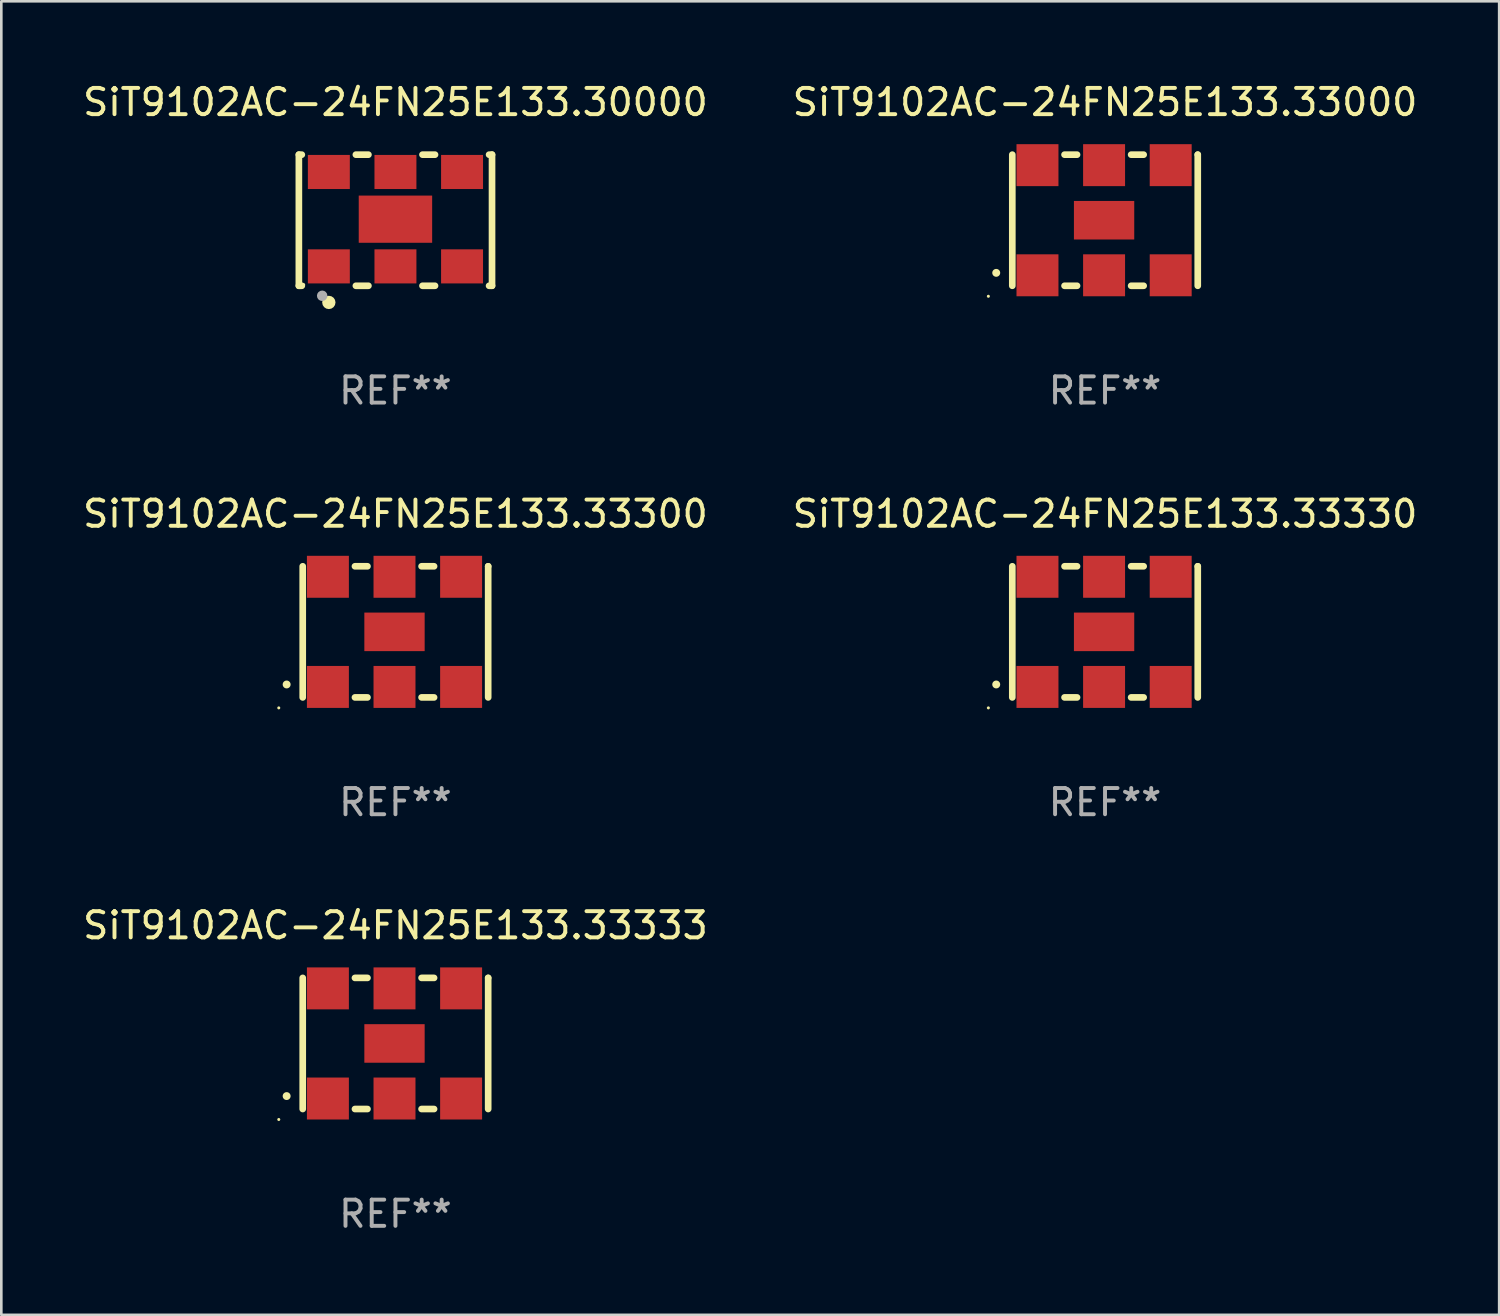
<source format=kicad_pcb>
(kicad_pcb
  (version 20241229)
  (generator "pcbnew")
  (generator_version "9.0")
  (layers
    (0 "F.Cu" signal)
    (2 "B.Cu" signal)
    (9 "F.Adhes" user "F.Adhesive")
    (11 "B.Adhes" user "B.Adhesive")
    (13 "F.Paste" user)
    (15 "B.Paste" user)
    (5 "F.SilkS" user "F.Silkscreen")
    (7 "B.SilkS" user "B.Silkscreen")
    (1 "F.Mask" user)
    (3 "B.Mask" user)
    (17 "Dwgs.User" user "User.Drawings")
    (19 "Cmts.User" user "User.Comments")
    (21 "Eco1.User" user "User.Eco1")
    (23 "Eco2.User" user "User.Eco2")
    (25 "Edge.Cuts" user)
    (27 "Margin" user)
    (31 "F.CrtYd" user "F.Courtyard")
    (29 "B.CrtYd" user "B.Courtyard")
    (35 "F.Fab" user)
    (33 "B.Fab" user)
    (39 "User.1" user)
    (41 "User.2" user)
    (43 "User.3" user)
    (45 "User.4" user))
  (footprint "SiT9102AC-24FN25E133.33000"
    (layer "F.Cu")
    (at 39.089 5.348)
    (property "Reference" "SiT9102AC-24FN25E133.33000" (at 0 -4.5 0) (layer "F.SilkS") (effects (font (size 1 1) (thickness 0.15))))
    (attr through_hole)
    (fp_line (start -3.536 -2.5) (end -3.536 2.5) (stroke (width 0.254) (type solid)) (layer "F.SilkS"))
    (fp_line (start -1.544 2.5) (end -1.067 2.5) (stroke (width 0.254) (type solid)) (layer "F.SilkS"))
    (fp_line (start -1.067 -2.5) (end -1.544 -2.5) (stroke (width 0.254) (type solid)) (layer "F.SilkS"))
    (fp_line (start 0.996 2.5) (end 1.473 2.5) (stroke (width 0.254) (type solid)) (layer "F.SilkS"))
    (fp_line (start 1.473 -2.5) (end 0.996 -2.5) (stroke (width 0.254) (type solid)) (layer "F.SilkS"))
    (fp_line (start 3.536 -2.5) (end 3.536 -2.5) (stroke (width 0.254) (type solid)) (layer "F.SilkS"))
    (fp_line (start 3.536 2.5) (end 3.536 -2.5) (stroke (width 0.254) (type solid)) (layer "F.SilkS"))
    (fp_arc (start -4.150432 2.006604) (mid -4.149162 2.006599) (end -4.147892 2.006604) (stroke (width 0.3) (type solid)) (layer "F.SilkS"))
    (fp_circle (center -4.449 2.9) (end -4.419 2.9) (stroke (width 0.06) (type solid)) (fill no) (layer "F.SilkS"))
    (fp_text user "REF**" (at 0 6.5 0) (layer "F.Fab") (effects (font (size 1 1) (thickness 0.15))))
    (pad "1" smd rect (at -2.576 2.1) (size 1.6 1.6) (layers "F.Cu" "F.Mask" "F.Paste"))
    (pad "2" smd rect (at -0.036 2.1) (size 1.6 1.6) (layers "F.Cu" "F.Mask" "F.Paste"))
    (pad "3" smd rect (at 2.504 2.1) (size 1.6 1.6) (layers "F.Cu" "F.Mask" "F.Paste"))
    (pad "4" smd rect (at 2.504 -2.1) (size 1.6 1.6) (layers "F.Cu" "F.Mask" "F.Paste"))
    (pad "5" smd rect (at -0.036 -2.1) (size 1.6 1.6) (layers "F.Cu" "F.Mask" "F.Paste"))
    (pad "6" smd rect (at -2.576 -2.1) (size 1.6 1.6) (layers "F.Cu" "F.Mask" "F.Paste"))
    (pad "7" smd rect (at -0.036 0) (size 2.3 1.47) (layers "F.Cu" "F.Mask" "F.Paste")))
  (footprint "SiT9102AC-24FN25E133.33300"
    (layer "F.Cu")
    (at 12.03 21.045)
    (property "Reference" "SiT9102AC-24FN25E133.33300" (at 0 -4.5 0) (layer "F.SilkS") (effects (font (size 1 1) (thickness 0.15))))
    (attr through_hole)
    (fp_line (start -3.536 -2.5) (end -3.536 2.5) (stroke (width 0.254) (type solid)) (layer "F.SilkS"))
    (fp_line (start -1.544 2.5) (end -1.067 2.5) (stroke (width 0.254) (type solid)) (layer "F.SilkS"))
    (fp_line (start -1.067 -2.5) (end -1.544 -2.5) (stroke (width 0.254) (type solid)) (layer "F.SilkS"))
    (fp_line (start 0.996 2.5) (end 1.473 2.5) (stroke (width 0.254) (type solid)) (layer "F.SilkS"))
    (fp_line (start 1.473 -2.5) (end 0.996 -2.5) (stroke (width 0.254) (type solid)) (layer "F.SilkS"))
    (fp_line (start 3.536 -2.5) (end 3.536 -2.5) (stroke (width 0.254) (type solid)) (layer "F.SilkS"))
    (fp_line (start 3.536 2.5) (end 3.536 -2.5) (stroke (width 0.254) (type solid)) (layer "F.SilkS"))
    (fp_arc (start -4.150432 2.006604) (mid -4.149162 2.006599) (end -4.147892 2.006604) (stroke (width 0.3) (type solid)) (layer "F.SilkS"))
    (fp_circle (center -4.449 2.9) (end -4.419 2.9) (stroke (width 0.06) (type solid)) (fill no) (layer "F.SilkS"))
    (fp_text user "REF**" (at 0 6.5 0) (layer "F.Fab") (effects (font (size 1 1) (thickness 0.15))))
    (pad "1" smd rect (at -2.576 2.1) (size 1.6 1.6) (layers "F.Cu" "F.Mask" "F.Paste"))
    (pad "2" smd rect (at -0.036 2.1) (size 1.6 1.6) (layers "F.Cu" "F.Mask" "F.Paste"))
    (pad "3" smd rect (at 2.504 2.1) (size 1.6 1.6) (layers "F.Cu" "F.Mask" "F.Paste"))
    (pad "4" smd rect (at 2.504 -2.1) (size 1.6 1.6) (layers "F.Cu" "F.Mask" "F.Paste"))
    (pad "5" smd rect (at -0.036 -2.1) (size 1.6 1.6) (layers "F.Cu" "F.Mask" "F.Paste"))
    (pad "6" smd rect (at -2.576 -2.1) (size 1.6 1.6) (layers "F.Cu" "F.Mask" "F.Paste"))
    (pad "7" smd rect (at -0.036 0) (size 2.3 1.47) (layers "F.Cu" "F.Mask" "F.Paste")))
  (footprint "SiT9102AC-24FN25E133.33333"
    (layer "F.Cu")
    (at 12.03 36.741)
    (property "Reference" "SiT9102AC-24FN25E133.33333" (at 0 -4.5 0) (layer "F.SilkS") (effects (font (size 1 1) (thickness 0.15))))
    (attr through_hole)
    (fp_line (start -3.536 -2.5) (end -3.536 2.5) (stroke (width 0.254) (type solid)) (layer "F.SilkS"))
    (fp_line (start -1.544 2.5) (end -1.067 2.5) (stroke (width 0.254) (type solid)) (layer "F.SilkS"))
    (fp_line (start -1.067 -2.5) (end -1.544 -2.5) (stroke (width 0.254) (type solid)) (layer "F.SilkS"))
    (fp_line (start 0.996 2.5) (end 1.473 2.5) (stroke (width 0.254) (type solid)) (layer "F.SilkS"))
    (fp_line (start 1.473 -2.5) (end 0.996 -2.5) (stroke (width 0.254) (type solid)) (layer "F.SilkS"))
    (fp_line (start 3.536 -2.5) (end 3.536 -2.5) (stroke (width 0.254) (type solid)) (layer "F.SilkS"))
    (fp_line (start 3.536 2.5) (end 3.536 -2.5) (stroke (width 0.254) (type solid)) (layer "F.SilkS"))
    (fp_arc (start -4.150432 2.006604) (mid -4.149162 2.006599) (end -4.147892 2.006604) (stroke (width 0.3) (type solid)) (layer "F.SilkS"))
    (fp_circle (center -4.449 2.9) (end -4.419 2.9) (stroke (width 0.06) (type solid)) (fill no) (layer "F.SilkS"))
    (fp_text user "REF**" (at 0 6.5 0) (layer "F.Fab") (effects (font (size 1 1) (thickness 0.15))))
    (pad "1" smd rect (at -2.576 2.1) (size 1.6 1.6) (layers "F.Cu" "F.Mask" "F.Paste"))
    (pad "2" smd rect (at -0.036 2.1) (size 1.6 1.6) (layers "F.Cu" "F.Mask" "F.Paste"))
    (pad "3" smd rect (at 2.504 2.1) (size 1.6 1.6) (layers "F.Cu" "F.Mask" "F.Paste"))
    (pad "4" smd rect (at 2.504 -2.1) (size 1.6 1.6) (layers "F.Cu" "F.Mask" "F.Paste"))
    (pad "5" smd rect (at -0.036 -2.1) (size 1.6 1.6) (layers "F.Cu" "F.Mask" "F.Paste"))
    (pad "6" smd rect (at -2.576 -2.1) (size 1.6 1.6) (layers "F.Cu" "F.Mask" "F.Paste"))
    (pad "7" smd rect (at -0.036 0) (size 2.3 1.47) (layers "F.Cu" "F.Mask" "F.Paste")))
  (footprint "SiT9102AC-24FN25E133.30000"
    (layer "F.Cu")
    (at 12.03 5.348)
    (property "Reference" "SiT9102AC-24FN25E133.30000" (at 0 -4.5 0) (layer "F.SilkS") (effects (font (size 1 1) (thickness 0.15))))
    (attr through_hole)
    (fp_line (start -3.683 -2.5) (end -3.571 -2.5) (stroke (width 0.254) (type solid)) (layer "F.SilkS"))
    (fp_line (start -3.683 2.5) (end -3.683 -2.5) (stroke (width 0.254) (type solid)) (layer "F.SilkS"))
    (fp_line (start -3.683 2.5) (end -3.571 2.5) (stroke (width 0.254) (type solid)) (layer "F.SilkS"))
    (fp_line (start -1.509 -2.5) (end -1.031 -2.5) (stroke (width 0.254) (type solid)) (layer "F.SilkS"))
    (fp_line (start -1.509 2.5) (end -1.031 2.5) (stroke (width 0.254) (type solid)) (layer "F.SilkS"))
    (fp_line (start 1.031 -2.5) (end 1.509 -2.5) (stroke (width 0.254) (type solid)) (layer "F.SilkS"))
    (fp_line (start 1.031 2.5) (end 1.509 2.5) (stroke (width 0.254) (type solid)) (layer "F.SilkS"))
    (fp_line (start 3.571 -2.5) (end 3.683 -2.5) (stroke (width 0.254) (type solid)) (layer "F.SilkS"))
    (fp_line (start 3.571 2.5) (end 3.683 2.5) (stroke (width 0.254) (type solid)) (layer "F.SilkS"))
    (fp_line (start 3.683 2.5) (end 3.683 -2.5) (stroke (width 0.254) (type solid)) (layer "F.SilkS"))
    (fp_circle (center -3.5 2.46) (end -3.47 2.46) (stroke (width 0.06) (type solid)) (fill no) (layer "F.SilkS"))
    (fp_circle (center -2.54 3.135) (end -2.413 3.135) (stroke (width 0.254) (type solid)) (fill no) (layer "F.SilkS"))
    (fp_circle (center -2.794 2.881) (end -2.694 2.881) (stroke (width 0.2) (type solid)) (fill no) (layer "F.Fab"))
    (fp_text user "REF**" (at 0 6.5 0) (layer "F.Fab") (effects (font (size 1 1) (thickness 0.15))))
    (pad "1" smd rect (at -2.54 1.76) (size 1.6 1.3) (layers "F.Cu" "F.Mask" "F.Paste"))
    (pad "2" smd rect (at 0 1.76) (size 1.6 1.3) (layers "F.Cu" "F.Mask" "F.Paste"))
    (pad "3" smd rect (at 2.54 1.76) (size 1.6 1.3) (layers "F.Cu" "F.Mask" "F.Paste"))
    (pad "4" smd rect (at 2.54 -1.84) (size 1.6 1.3) (layers "F.Cu" "F.Mask" "F.Paste"))
    (pad "5" smd rect (at 0 -1.84) (size 1.6 1.3) (layers "F.Cu" "F.Mask" "F.Paste"))
    (pad "6" smd rect (at -2.54 -1.84) (size 1.6 1.3) (layers "F.Cu" "F.Mask" "F.Paste"))
    (pad "7" smd rect (at 0 -0.04) (size 2.8 1.8) (layers "F.Cu" "F.Mask" "F.Paste")))
  (footprint "SiT9102AC-24FN25E133.33330"
    (layer "F.Cu")
    (at 39.089 21.045)
    (property "Reference" "SiT9102AC-24FN25E133.33330" (at 0 -4.5 0) (layer "F.SilkS") (effects (font (size 1 1) (thickness 0.15))))
    (attr through_hole)
    (fp_line (start -3.536 -2.5) (end -3.536 2.5) (stroke (width 0.254) (type solid)) (layer "F.SilkS"))
    (fp_line (start -1.544 2.5) (end -1.067 2.5) (stroke (width 0.254) (type solid)) (layer "F.SilkS"))
    (fp_line (start -1.067 -2.5) (end -1.544 -2.5) (stroke (width 0.254) (type solid)) (layer "F.SilkS"))
    (fp_line (start 0.996 2.5) (end 1.473 2.5) (stroke (width 0.254) (type solid)) (layer "F.SilkS"))
    (fp_line (start 1.473 -2.5) (end 0.996 -2.5) (stroke (width 0.254) (type solid)) (layer "F.SilkS"))
    (fp_line (start 3.536 -2.5) (end 3.536 -2.5) (stroke (width 0.254) (type solid)) (layer "F.SilkS"))
    (fp_line (start 3.536 2.5) (end 3.536 -2.5) (stroke (width 0.254) (type solid)) (layer "F.SilkS"))
    (fp_arc (start -4.150432 2.006604) (mid -4.149162 2.006599) (end -4.147892 2.006604) (stroke (width 0.3) (type solid)) (layer "F.SilkS"))
    (fp_circle (center -4.449 2.9) (end -4.419 2.9) (stroke (width 0.06) (type solid)) (fill no) (layer "F.SilkS"))
    (fp_text user "REF**" (at 0 6.5 0) (layer "F.Fab") (effects (font (size 1 1) (thickness 0.15))))
    (pad "1" smd rect (at -2.576 2.1) (size 1.6 1.6) (layers "F.Cu" "F.Mask" "F.Paste"))
    (pad "2" smd rect (at -0.036 2.1) (size 1.6 1.6) (layers "F.Cu" "F.Mask" "F.Paste"))
    (pad "3" smd rect (at 2.504 2.1) (size 1.6 1.6) (layers "F.Cu" "F.Mask" "F.Paste"))
    (pad "4" smd rect (at 2.504 -2.1) (size 1.6 1.6) (layers "F.Cu" "F.Mask" "F.Paste"))
    (pad "5" smd rect (at -0.036 -2.1) (size 1.6 1.6) (layers "F.Cu" "F.Mask" "F.Paste"))
    (pad "6" smd rect (at -2.576 -2.1) (size 1.6 1.6) (layers "F.Cu" "F.Mask" "F.Paste"))
    (pad "7" smd rect (at -0.036 0) (size 2.3 1.47) (layers "F.Cu" "F.Mask" "F.Paste")))
  (gr_rect
    (start -3 -3)
    (end 54.119 47.09)
    (stroke (width 0.1) (type default))
    (fill no)
    (layer "Edge.Cuts")))
</source>
